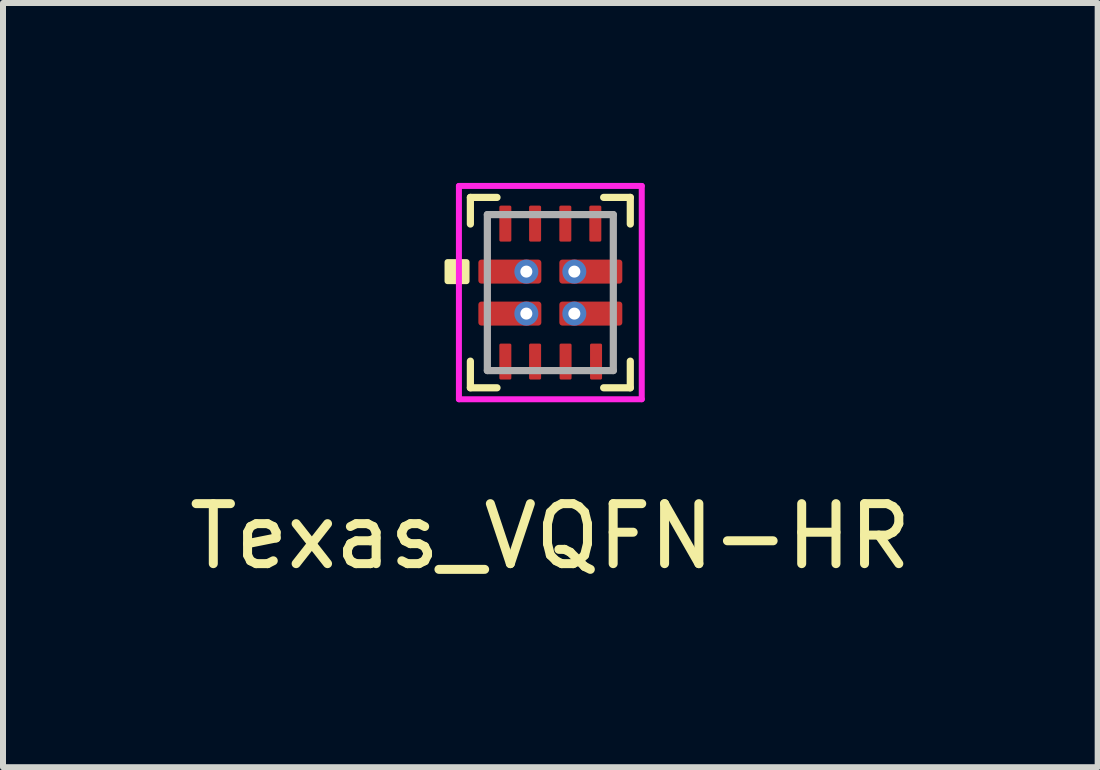
<source format=kicad_pcb>
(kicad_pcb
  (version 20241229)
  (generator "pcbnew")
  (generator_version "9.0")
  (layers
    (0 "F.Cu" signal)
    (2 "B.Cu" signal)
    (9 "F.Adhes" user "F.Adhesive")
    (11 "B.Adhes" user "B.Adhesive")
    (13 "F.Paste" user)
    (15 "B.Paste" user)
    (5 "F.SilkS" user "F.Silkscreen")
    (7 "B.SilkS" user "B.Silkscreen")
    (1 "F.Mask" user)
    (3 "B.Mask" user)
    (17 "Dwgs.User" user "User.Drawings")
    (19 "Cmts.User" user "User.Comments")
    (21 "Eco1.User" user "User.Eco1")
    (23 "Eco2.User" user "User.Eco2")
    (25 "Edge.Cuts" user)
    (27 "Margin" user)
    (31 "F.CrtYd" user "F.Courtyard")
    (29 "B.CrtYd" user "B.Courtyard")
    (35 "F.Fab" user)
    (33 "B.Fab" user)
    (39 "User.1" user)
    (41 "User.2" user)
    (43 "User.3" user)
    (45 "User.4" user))
  (footprint "Texas_VQFN-HR"
    (layer "F.Cu")
    (at 6.125 1.828)
    (property "Reference" "Texas_VQFN-HR" (at 0 4.064 0) (layer "F.SilkS") (effects (font (size 1 1) (thickness 0.15))))
    (attr through_hole)
    (fp_line (start -1.333 -1.587) (end -1.333 -1.143) (stroke (width 0.12) (type solid)) (layer "F.SilkS"))
    (fp_line (start -1.333 1.143) (end -1.333 1.587) (stroke (width 0.12) (type solid)) (layer "F.SilkS"))
    (fp_line (start -1.333 1.587) (end -0.889 1.587) (stroke (width 0.12) (type solid)) (layer "F.SilkS"))
    (fp_line (start -0.889 -1.587) (end -1.333 -1.587) (stroke (width 0.12) (type solid)) (layer "F.SilkS"))
    (fp_line (start 0.889 -1.587) (end 1.333 -1.587) (stroke (width 0.12) (type solid)) (layer "F.SilkS"))
    (fp_line (start 0.889 1.587) (end 1.333 1.587) (stroke (width 0.12) (type solid)) (layer "F.SilkS"))
    (fp_line (start 1.333 -1.587) (end 1.333 -1.143) (stroke (width 0.12) (type solid)) (layer "F.SilkS"))
    (fp_line (start 1.333 1.143) (end 1.333 1.587) (stroke (width 0.12) (type solid)) (layer "F.SilkS"))
    (fp_poly (pts (xy -1.397 -0.508) (xy -1.397 -0.191) (xy -1.714 -0.191) (xy -1.714 -0.508)) (stroke (width 0.1) (type solid)) (fill yes) (layer "F.SilkS"))
    (fp_line (start -1.524 -1.778) (end 1.524 -1.778) (stroke (width 0.1) (type solid)) (layer "F.CrtYd"))
    (fp_line (start -1.524 1.778) (end -1.524 -1.778) (stroke (width 0.1) (type solid)) (layer "F.CrtYd"))
    (fp_line (start 1.524 -1.778) (end 1.524 1.778) (stroke (width 0.1) (type solid)) (layer "F.CrtYd"))
    (fp_line (start 1.524 1.778) (end -1.524 1.778) (stroke (width 0.1) (type solid)) (layer "F.CrtYd"))
    (fp_line (start -1.05 -1.3) (end -1.05 1.3) (stroke (width 0.12) (type solid)) (layer "F.Fab"))
    (fp_line (start -1.05 1.3) (end 1.05 1.3) (stroke (width 0.12) (type solid)) (layer "F.Fab"))
    (fp_line (start 1.05 -1.3) (end -1.05 -1.3) (stroke (width 0.12) (type solid)) (layer "F.Fab"))
    (fp_line (start 1.05 1.3) (end 1.05 -1.3) (stroke (width 0.12) (type solid)) (layer "F.Fab"))
    (pad "1" smd roundrect (at -0.675 -0.35) (size 1.05 0.4) (layers "F.Cu" "F.Mask" "F.Paste") (roundrect_rratio 0.125))
    (pad "1" thru_hole circle (at -0.4 -0.35) (size 0.4 0.4) (drill 0.2) (layers "*.Cu" "*.Mask"))
    (pad "2" smd roundrect (at -0.675 0.35) (size 1.05 0.4) (layers "F.Cu" "F.Mask" "F.Paste") (roundrect_rratio 0.125))
    (pad "2" thru_hole circle (at -0.4 0.35) (size 0.4 0.4) (drill 0.2) (layers "*.Cu" "*.Mask"))
    (pad "3" smd roundrect (at -0.75 1.15 90) (size 0.6 0.2) (layers "F.Cu" "F.Mask" "F.Paste") (roundrect_rratio 0.125))
    (pad "4" smd roundrect (at -0.254 1.15 90) (size 0.6 0.2) (layers "F.Cu" "F.Mask" "F.Paste") (roundrect_rratio 0.125))
    (pad "5" smd roundrect (at 0.254 1.15 90) (size 0.6 0.2) (layers "F.Cu" "F.Mask" "F.Paste") (roundrect_rratio 0.125))
    (pad "6" smd roundrect (at 0.762 1.15 90) (size 0.6 0.2) (layers "F.Cu" "F.Mask" "F.Paste") (roundrect_rratio 0.125))
    (pad "7" thru_hole circle (at 0.4 0.35) (size 0.4 0.4) (drill 0.2) (layers "*.Cu" "*.Mask"))
    (pad "7" smd roundrect (at 0.675 0.35) (size 1.05 0.4) (layers "F.Cu" "F.Mask" "F.Paste") (roundrect_rratio 0.125))
    (pad "8" thru_hole circle (at 0.4 -0.35) (size 0.4 0.4) (drill 0.2) (layers "*.Cu" "*.Mask"))
    (pad "8" smd roundrect (at 0.675 -0.35) (size 1.05 0.4) (layers "F.Cu" "F.Mask" "F.Paste") (roundrect_rratio 0.125))
    (pad "9" smd roundrect (at 0.75 -1.15 90) (size 0.6 0.2) (layers "F.Cu" "F.Mask" "F.Paste") (roundrect_rratio 0.125))
    (pad "10" smd roundrect (at 0.25 -1.15 90) (size 0.6 0.2) (layers "F.Cu" "F.Mask" "F.Paste") (roundrect_rratio 0.125))
    (pad "11" smd roundrect (at -0.254 -1.15 90) (size 0.6 0.2) (layers "F.Cu" "F.Mask" "F.Paste") (roundrect_rratio 0.125))
    (pad "12" smd roundrect (at -0.75 -1.15 90) (size 0.6 0.2) (layers "F.Cu" "F.Mask" "F.Paste") (roundrect_rratio 0.125)))
  (gr_rect
    (start -3 -3)
    (end 15.25 9.74)
    (stroke (width 0.1) (type default))
    (fill no)
    (layer "Edge.Cuts")))
</source>
